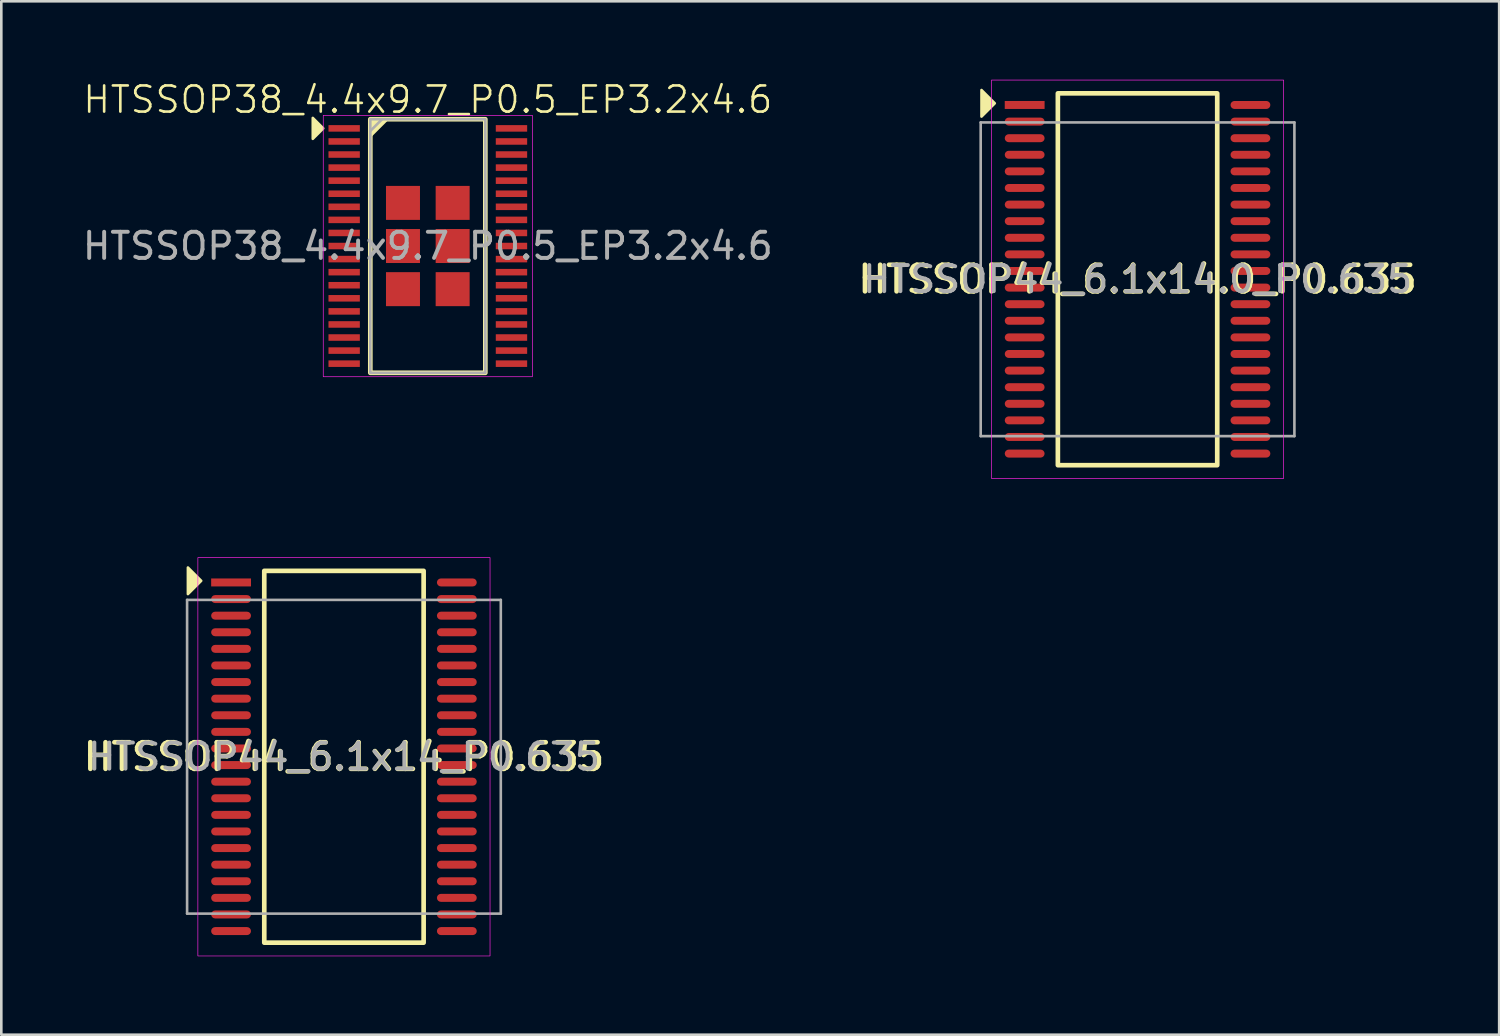
<source format=kicad_pcb>
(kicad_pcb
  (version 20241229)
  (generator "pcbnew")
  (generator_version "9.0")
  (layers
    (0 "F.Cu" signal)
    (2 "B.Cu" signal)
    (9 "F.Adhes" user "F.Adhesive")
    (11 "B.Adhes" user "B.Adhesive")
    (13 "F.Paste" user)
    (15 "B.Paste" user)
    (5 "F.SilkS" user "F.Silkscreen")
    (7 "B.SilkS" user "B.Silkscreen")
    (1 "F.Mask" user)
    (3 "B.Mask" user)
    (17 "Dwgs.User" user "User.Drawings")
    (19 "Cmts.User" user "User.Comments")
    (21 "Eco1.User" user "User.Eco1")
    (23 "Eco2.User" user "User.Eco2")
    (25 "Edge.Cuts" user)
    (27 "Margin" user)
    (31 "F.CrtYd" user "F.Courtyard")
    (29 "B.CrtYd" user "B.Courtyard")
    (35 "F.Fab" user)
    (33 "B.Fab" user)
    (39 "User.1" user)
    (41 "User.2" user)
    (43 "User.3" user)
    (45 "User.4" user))
  (footprint "HTSSOP44_6.1x14.0_P0.635"
    (layer "F.Cu")
    (at 40.464 7.633)
    (property "Reference" "HTSSOP44_6.1x14.0_P0.635" (at 0 0 0) (layer "F.SilkS") (effects (font (size 1.016 1.016) (thickness 0.178))))
    (attr smd)
    (fp_rect (start -3.048 -7.112) (end 3.048 7.112) (stroke (width 0.178) (type solid)) (fill no) (layer "F.SilkS"))
    (fp_poly (pts (xy -5.461 -6.731) (xy -5.969 -6.223) (xy -5.969 -7.239)) (stroke (width 0.1) (type solid)) (fill yes) (layer "F.SilkS"))
    (fp_rect (start -5.588 -7.62) (end 5.588 7.62) (stroke (width 0.025) (type solid)) (fill no) (layer "F.CrtYd"))
    (fp_line (start -6 -6) (end -6 6) (stroke (width 0.1) (type solid)) (layer "F.Fab"))
    (fp_line (start -6 6) (end 6 6) (stroke (width 0.1) (type solid)) (layer "F.Fab"))
    (fp_line (start 6 -6) (end -6 -6) (stroke (width 0.1) (type solid)) (layer "F.Fab"))
    (fp_line (start 6 6) (end 6 -6) (stroke (width 0.1) (type solid)) (layer "F.Fab"))
    (fp_text user "${REFERENCE}" (at 0 0 0) (layer "F.Fab") (effects (font (size 1 1) (thickness 0.15))))
    (pad "1" smd rect (at -4.318 -6.668) (size 1.524 0.305) (layers "F.Cu" "F.Mask" "F.Paste"))
    (pad "2" smd roundrect (at -4.318 -6.032) (size 1.524 0.305) (layers "F.Cu" "F.Mask" "F.Paste") (roundrect_rratio 0.5))
    (pad "3" smd roundrect (at -4.318 -5.397) (size 1.524 0.305) (layers "F.Cu" "F.Mask" "F.Paste") (roundrect_rratio 0.5))
    (pad "4" smd roundrect (at -4.318 -4.763) (size 1.524 0.305) (layers "F.Cu" "F.Mask" "F.Paste") (roundrect_rratio 0.5))
    (pad "5" smd roundrect (at -4.318 -4.128) (size 1.524 0.305) (layers "F.Cu" "F.Mask" "F.Paste") (roundrect_rratio 0.5))
    (pad "6" smd roundrect (at -4.318 -3.493) (size 1.524 0.305) (layers "F.Cu" "F.Mask" "F.Paste") (roundrect_rratio 0.5))
    (pad "7" smd roundrect (at -4.318 -2.857) (size 1.524 0.305) (layers "F.Cu" "F.Mask" "F.Paste") (roundrect_rratio 0.5))
    (pad "8" smd roundrect (at -4.318 -2.223) (size 1.524 0.305) (layers "F.Cu" "F.Mask" "F.Paste") (roundrect_rratio 0.5))
    (pad "9" smd roundrect (at -4.318 -1.587) (size 1.524 0.305) (layers "F.Cu" "F.Mask" "F.Paste") (roundrect_rratio 0.5))
    (pad "10" smd roundrect (at -4.318 -0.953) (size 1.524 0.305) (layers "F.Cu" "F.Mask" "F.Paste") (roundrect_rratio 0.5))
    (pad "11" smd roundrect (at -4.318 -0.318) (size 1.524 0.305) (layers "F.Cu" "F.Mask" "F.Paste") (roundrect_rratio 0.5))
    (pad "12" smd roundrect (at -4.318 0.318) (size 1.524 0.305) (layers "F.Cu" "F.Mask" "F.Paste") (roundrect_rratio 0.5))
    (pad "13" smd roundrect (at -4.318 0.953) (size 1.524 0.305) (layers "F.Cu" "F.Mask" "F.Paste") (roundrect_rratio 0.5))
    (pad "14" smd roundrect (at -4.318 1.587) (size 1.524 0.305) (layers "F.Cu" "F.Mask" "F.Paste") (roundrect_rratio 0.5))
    (pad "15" smd roundrect (at -4.318 2.223) (size 1.524 0.305) (layers "F.Cu" "F.Mask" "F.Paste") (roundrect_rratio 0.5))
    (pad "16" smd roundrect (at -4.318 2.857) (size 1.524 0.305) (layers "F.Cu" "F.Mask" "F.Paste") (roundrect_rratio 0.5))
    (pad "17" smd roundrect (at -4.318 3.493) (size 1.524 0.305) (layers "F.Cu" "F.Mask" "F.Paste") (roundrect_rratio 0.5))
    (pad "18" smd roundrect (at -4.318 4.128) (size 1.524 0.305) (layers "F.Cu" "F.Mask" "F.Paste") (roundrect_rratio 0.5))
    (pad "19" smd roundrect (at -4.318 4.763) (size 1.524 0.305) (layers "F.Cu" "F.Mask" "F.Paste") (roundrect_rratio 0.5))
    (pad "20" smd roundrect (at -4.318 5.397) (size 1.524 0.305) (layers "F.Cu" "F.Mask" "F.Paste") (roundrect_rratio 0.5))
    (pad "21" smd roundrect (at -4.318 6.032) (size 1.524 0.305) (layers "F.Cu" "F.Mask" "F.Paste") (roundrect_rratio 0.5))
    (pad "22" smd roundrect (at -4.318 6.668) (size 1.524 0.305) (layers "F.Cu" "F.Mask" "F.Paste") (roundrect_rratio 0.5))
    (pad "23" smd roundrect (at 4.318 6.668) (size 1.524 0.305) (layers "F.Cu" "F.Mask" "F.Paste") (roundrect_rratio 0.5))
    (pad "24" smd roundrect (at 4.318 6.032) (size 1.524 0.305) (layers "F.Cu" "F.Mask" "F.Paste") (roundrect_rratio 0.5))
    (pad "25" smd roundrect (at 4.318 5.397) (size 1.524 0.305) (layers "F.Cu" "F.Mask" "F.Paste") (roundrect_rratio 0.5))
    (pad "26" smd roundrect (at 4.318 4.763) (size 1.524 0.305) (layers "F.Cu" "F.Mask" "F.Paste") (roundrect_rratio 0.5))
    (pad "27" smd roundrect (at 4.318 4.128) (size 1.524 0.305) (layers "F.Cu" "F.Mask" "F.Paste") (roundrect_rratio 0.5))
    (pad "28" smd roundrect (at 4.318 3.493) (size 1.524 0.305) (layers "F.Cu" "F.Mask" "F.Paste") (roundrect_rratio 0.5))
    (pad "29" smd roundrect (at 4.318 2.857) (size 1.524 0.305) (layers "F.Cu" "F.Mask" "F.Paste") (roundrect_rratio 0.5))
    (pad "30" smd roundrect (at 4.318 2.223) (size 1.524 0.305) (layers "F.Cu" "F.Mask" "F.Paste") (roundrect_rratio 0.5))
    (pad "31" smd roundrect (at 4.318 1.587) (size 1.524 0.305) (layers "F.Cu" "F.Mask" "F.Paste") (roundrect_rratio 0.5))
    (pad "32" smd roundrect (at 4.318 0.953) (size 1.524 0.305) (layers "F.Cu" "F.Mask" "F.Paste") (roundrect_rratio 0.5))
    (pad "33" smd roundrect (at 4.318 0.318) (size 1.524 0.305) (layers "F.Cu" "F.Mask" "F.Paste") (roundrect_rratio 0.5))
    (pad "34" smd roundrect (at 4.318 -0.318) (size 1.524 0.305) (layers "F.Cu" "F.Mask" "F.Paste") (roundrect_rratio 0.5))
    (pad "35" smd roundrect (at 4.318 -0.953) (size 1.524 0.305) (layers "F.Cu" "F.Mask" "F.Paste") (roundrect_rratio 0.5))
    (pad "36" smd roundrect (at 4.318 -1.587) (size 1.524 0.305) (layers "F.Cu" "F.Mask" "F.Paste") (roundrect_rratio 0.5))
    (pad "37" smd roundrect (at 4.318 -2.223) (size 1.524 0.305) (layers "F.Cu" "F.Mask" "F.Paste") (roundrect_rratio 0.5))
    (pad "38" smd roundrect (at 4.318 -2.857) (size 1.524 0.305) (layers "F.Cu" "F.Mask" "F.Paste") (roundrect_rratio 0.5))
    (pad "39" smd roundrect (at 4.318 -3.493) (size 1.524 0.305) (layers "F.Cu" "F.Mask" "F.Paste") (roundrect_rratio 0.5))
    (pad "40" smd roundrect (at 4.318 -4.128) (size 1.524 0.305) (layers "F.Cu" "F.Mask" "F.Paste") (roundrect_rratio 0.5))
    (pad "41" smd roundrect (at 4.318 -4.763) (size 1.524 0.305) (layers "F.Cu" "F.Mask" "F.Paste") (roundrect_rratio 0.5))
    (pad "42" smd roundrect (at 4.318 -5.397) (size 1.524 0.305) (layers "F.Cu" "F.Mask" "F.Paste") (roundrect_rratio 0.5))
    (pad "43" smd roundrect (at 4.318 -6.032) (size 1.524 0.305) (layers "F.Cu" "F.Mask" "F.Paste") (roundrect_rratio 0.5))
    (pad "44" smd roundrect (at 4.318 -6.668) (size 1.524 0.305) (layers "F.Cu" "F.Mask" "F.Paste") (roundrect_rratio 0.5)))
  (footprint "HTSSOP44_6.1x14_P0.635"
    (layer "F.Cu")
    (at 10.107 25.898)
    (property "Reference" "HTSSOP44_6.1x14_P0.635" (at 0 0 0) (layer "F.SilkS") (effects (font (size 1.016 1.016) (thickness 0.178))))
    (attr smd)
    (fp_rect (start -3.048 -7.112) (end 3.048 7.112) (stroke (width 0.178) (type solid)) (fill no) (layer "F.SilkS"))
    (fp_poly (pts (xy -5.461 -6.731) (xy -5.969 -6.223) (xy -5.969 -7.239)) (stroke (width 0.1) (type solid)) (fill yes) (layer "F.SilkS"))
    (fp_rect (start -5.588 -7.62) (end 5.588 7.62) (stroke (width 0.025) (type solid)) (fill no) (layer "F.CrtYd"))
    (fp_line (start -6 -6) (end -6 6) (stroke (width 0.1) (type solid)) (layer "F.Fab"))
    (fp_line (start -6 6) (end 6 6) (stroke (width 0.1) (type solid)) (layer "F.Fab"))
    (fp_line (start 6 -6) (end -6 -6) (stroke (width 0.1) (type solid)) (layer "F.Fab"))
    (fp_line (start 6 6) (end 6 -6) (stroke (width 0.1) (type solid)) (layer "F.Fab"))
    (fp_text user "${REFERENCE}" (at 0 0 0) (layer "F.Fab") (effects (font (size 1 1) (thickness 0.15))))
    (pad "1" smd rect (at -4.318 -6.668) (size 1.524 0.305) (layers "F.Cu" "F.Mask" "F.Paste"))
    (pad "2" smd roundrect (at -4.318 -6.032) (size 1.524 0.305) (layers "F.Cu" "F.Mask" "F.Paste") (roundrect_rratio 0.5))
    (pad "3" smd roundrect (at -4.318 -5.397) (size 1.524 0.305) (layers "F.Cu" "F.Mask" "F.Paste") (roundrect_rratio 0.5))
    (pad "4" smd roundrect (at -4.318 -4.763) (size 1.524 0.305) (layers "F.Cu" "F.Mask" "F.Paste") (roundrect_rratio 0.5))
    (pad "5" smd roundrect (at -4.318 -4.128) (size 1.524 0.305) (layers "F.Cu" "F.Mask" "F.Paste") (roundrect_rratio 0.5))
    (pad "6" smd roundrect (at -4.318 -3.493) (size 1.524 0.305) (layers "F.Cu" "F.Mask" "F.Paste") (roundrect_rratio 0.5))
    (pad "7" smd roundrect (at -4.318 -2.857) (size 1.524 0.305) (layers "F.Cu" "F.Mask" "F.Paste") (roundrect_rratio 0.5))
    (pad "8" smd roundrect (at -4.318 -2.223) (size 1.524 0.305) (layers "F.Cu" "F.Mask" "F.Paste") (roundrect_rratio 0.5))
    (pad "9" smd roundrect (at -4.318 -1.587) (size 1.524 0.305) (layers "F.Cu" "F.Mask" "F.Paste") (roundrect_rratio 0.5))
    (pad "10" smd roundrect (at -4.318 -0.953) (size 1.524 0.305) (layers "F.Cu" "F.Mask" "F.Paste") (roundrect_rratio 0.5))
    (pad "11" smd roundrect (at -4.318 -0.318) (size 1.524 0.305) (layers "F.Cu" "F.Mask" "F.Paste") (roundrect_rratio 0.5))
    (pad "12" smd roundrect (at -4.318 0.318) (size 1.524 0.305) (layers "F.Cu" "F.Mask" "F.Paste") (roundrect_rratio 0.5))
    (pad "13" smd roundrect (at -4.318 0.953) (size 1.524 0.305) (layers "F.Cu" "F.Mask" "F.Paste") (roundrect_rratio 0.5))
    (pad "14" smd roundrect (at -4.318 1.587) (size 1.524 0.305) (layers "F.Cu" "F.Mask" "F.Paste") (roundrect_rratio 0.5))
    (pad "15" smd roundrect (at -4.318 2.223) (size 1.524 0.305) (layers "F.Cu" "F.Mask" "F.Paste") (roundrect_rratio 0.5))
    (pad "16" smd roundrect (at -4.318 2.857) (size 1.524 0.305) (layers "F.Cu" "F.Mask" "F.Paste") (roundrect_rratio 0.5))
    (pad "17" smd roundrect (at -4.318 3.493) (size 1.524 0.305) (layers "F.Cu" "F.Mask" "F.Paste") (roundrect_rratio 0.5))
    (pad "18" smd roundrect (at -4.318 4.128) (size 1.524 0.305) (layers "F.Cu" "F.Mask" "F.Paste") (roundrect_rratio 0.5))
    (pad "19" smd roundrect (at -4.318 4.763) (size 1.524 0.305) (layers "F.Cu" "F.Mask" "F.Paste") (roundrect_rratio 0.5))
    (pad "20" smd roundrect (at -4.318 5.397) (size 1.524 0.305) (layers "F.Cu" "F.Mask" "F.Paste") (roundrect_rratio 0.5))
    (pad "21" smd roundrect (at -4.318 6.032) (size 1.524 0.305) (layers "F.Cu" "F.Mask" "F.Paste") (roundrect_rratio 0.5))
    (pad "22" smd roundrect (at -4.318 6.668) (size 1.524 0.305) (layers "F.Cu" "F.Mask" "F.Paste") (roundrect_rratio 0.5))
    (pad "23" smd roundrect (at 4.318 6.668) (size 1.524 0.305) (layers "F.Cu" "F.Mask" "F.Paste") (roundrect_rratio 0.5))
    (pad "24" smd roundrect (at 4.318 6.032) (size 1.524 0.305) (layers "F.Cu" "F.Mask" "F.Paste") (roundrect_rratio 0.5))
    (pad "25" smd roundrect (at 4.318 5.397) (size 1.524 0.305) (layers "F.Cu" "F.Mask" "F.Paste") (roundrect_rratio 0.5))
    (pad "26" smd roundrect (at 4.318 4.763) (size 1.524 0.305) (layers "F.Cu" "F.Mask" "F.Paste") (roundrect_rratio 0.5))
    (pad "27" smd roundrect (at 4.318 4.128) (size 1.524 0.305) (layers "F.Cu" "F.Mask" "F.Paste") (roundrect_rratio 0.5))
    (pad "28" smd roundrect (at 4.318 3.493) (size 1.524 0.305) (layers "F.Cu" "F.Mask" "F.Paste") (roundrect_rratio 0.5))
    (pad "29" smd roundrect (at 4.318 2.857) (size 1.524 0.305) (layers "F.Cu" "F.Mask" "F.Paste") (roundrect_rratio 0.5))
    (pad "30" smd roundrect (at 4.318 2.223) (size 1.524 0.305) (layers "F.Cu" "F.Mask" "F.Paste") (roundrect_rratio 0.5))
    (pad "31" smd roundrect (at 4.318 1.587) (size 1.524 0.305) (layers "F.Cu" "F.Mask" "F.Paste") (roundrect_rratio 0.5))
    (pad "32" smd roundrect (at 4.318 0.953) (size 1.524 0.305) (layers "F.Cu" "F.Mask" "F.Paste") (roundrect_rratio 0.5))
    (pad "33" smd roundrect (at 4.318 0.318) (size 1.524 0.305) (layers "F.Cu" "F.Mask" "F.Paste") (roundrect_rratio 0.5))
    (pad "34" smd roundrect (at 4.318 -0.318) (size 1.524 0.305) (layers "F.Cu" "F.Mask" "F.Paste") (roundrect_rratio 0.5))
    (pad "35" smd roundrect (at 4.318 -0.953) (size 1.524 0.305) (layers "F.Cu" "F.Mask" "F.Paste") (roundrect_rratio 0.5))
    (pad "36" smd roundrect (at 4.318 -1.587) (size 1.524 0.305) (layers "F.Cu" "F.Mask" "F.Paste") (roundrect_rratio 0.5))
    (pad "37" smd roundrect (at 4.318 -2.223) (size 1.524 0.305) (layers "F.Cu" "F.Mask" "F.Paste") (roundrect_rratio 0.5))
    (pad "38" smd roundrect (at 4.318 -2.857) (size 1.524 0.305) (layers "F.Cu" "F.Mask" "F.Paste") (roundrect_rratio 0.5))
    (pad "39" smd roundrect (at 4.318 -3.493) (size 1.524 0.305) (layers "F.Cu" "F.Mask" "F.Paste") (roundrect_rratio 0.5))
    (pad "40" smd roundrect (at 4.318 -4.128) (size 1.524 0.305) (layers "F.Cu" "F.Mask" "F.Paste") (roundrect_rratio 0.5))
    (pad "41" smd roundrect (at 4.318 -4.763) (size 1.524 0.305) (layers "F.Cu" "F.Mask" "F.Paste") (roundrect_rratio 0.5))
    (pad "42" smd roundrect (at 4.318 -5.397) (size 1.524 0.305) (layers "F.Cu" "F.Mask" "F.Paste") (roundrect_rratio 0.5))
    (pad "43" smd roundrect (at 4.318 -6.032) (size 1.524 0.305) (layers "F.Cu" "F.Mask" "F.Paste") (roundrect_rratio 0.5))
    (pad "44" smd roundrect (at 4.318 -6.668) (size 1.524 0.305) (layers "F.Cu" "F.Mask" "F.Paste") (roundrect_rratio 0.5)))
  (footprint "HTSSOP38_4.4x9.7_P0.5_EP3.2x4.6"
    (layer "F.Cu")
    (at 13.315 6.361)
    (property "Reference" "HTSSOP38_4.4x9.7_P0.5_EP3.2x4.6" (at 0 -5.6 0) (unlocked yes) (layer "F.SilkS") (effects (font (size 1 1) (thickness 0.1))))
    (attr smd)
    (fp_rect (start -2.2 -4.85) (end 2.2 4.85) (stroke (width 0.178) (type default)) (fill no) (layer "F.SilkS"))
    (fp_poly (pts (xy -4 -4.5) (xy -4.4 -4.9) (xy -4.4 -4.1)) (stroke (width 0.1) (type solid)) (fill yes) (layer "F.SilkS"))
    (fp_poly (pts (xy -2.2 -4.85) (xy -2.2 -4.2) (xy -1.6 -4.8)) (stroke (width 0.1) (type solid)) (fill yes) (layer "F.SilkS"))
    (fp_rect (start -4 -5) (end 4 5) (stroke (width 0.025) (type default)) (fill no) (layer "F.CrtYd"))
    (fp_line (start -2.2 -4.4) (end -1.75 -4.85) (stroke (width 0.1) (type default)) (layer "F.Fab"))
    (fp_rect (start -2.2 -4.85) (end 2.2 4.85) (stroke (width 0.1) (type default)) (fill no) (layer "F.Fab"))
    (fp_text user "${REFERENCE}" (at 0 0 0) (unlocked yes) (layer "F.Fab") (effects (font (size 1 1) (thickness 0.15))))
    (pad "1" smd rect (at -3.2 -4.5) (size 1.2 0.25) (layers "F.Cu" "F.Mask" "F.Paste"))
    (pad "2" smd rect (at -3.2 -4) (size 1.2 0.25) (layers "F.Cu" "F.Mask" "F.Paste"))
    (pad "3" smd rect (at -3.2 -3.5) (size 1.2 0.25) (layers "F.Cu" "F.Mask" "F.Paste"))
    (pad "4" smd rect (at -3.2 -3) (size 1.2 0.25) (layers "F.Cu" "F.Mask" "F.Paste"))
    (pad "5" smd rect (at -3.2 -2.5) (size 1.2 0.25) (layers "F.Cu" "F.Mask" "F.Paste"))
    (pad "6" smd rect (at -3.2 -2) (size 1.2 0.25) (layers "F.Cu" "F.Mask" "F.Paste"))
    (pad "7" smd rect (at -3.2 -1.5) (size 1.2 0.25) (layers "F.Cu" "F.Mask" "F.Paste"))
    (pad "8" smd rect (at -3.2 -1) (size 1.2 0.25) (layers "F.Cu" "F.Mask" "F.Paste"))
    (pad "9" smd rect (at -3.2 -0.5) (size 1.2 0.25) (layers "F.Cu" "F.Mask" "F.Paste"))
    (pad "10" smd rect (at -3.2 0) (size 1.2 0.25) (layers "F.Cu" "F.Mask" "F.Paste"))
    (pad "11" smd rect (at -3.2 0.5) (size 1.2 0.25) (layers "F.Cu" "F.Mask" "F.Paste"))
    (pad "12" smd rect (at -3.2 1) (size 1.2 0.25) (layers "F.Cu" "F.Mask" "F.Paste"))
    (pad "13" smd rect (at -3.2 1.5) (size 1.2 0.25) (layers "F.Cu" "F.Mask" "F.Paste"))
    (pad "14" smd rect (at -3.2 2) (size 1.2 0.25) (layers "F.Cu" "F.Mask" "F.Paste"))
    (pad "15" smd rect (at -3.2 2.5) (size 1.2 0.25) (layers "F.Cu" "F.Mask" "F.Paste"))
    (pad "16" smd rect (at -3.2 3) (size 1.2 0.25) (layers "F.Cu" "F.Mask" "F.Paste"))
    (pad "17" smd rect (at -3.2 3.5) (size 1.2 0.25) (layers "F.Cu" "F.Mask" "F.Paste"))
    (pad "18" smd rect (at -3.2 4) (size 1.2 0.25) (layers "F.Cu" "F.Mask" "F.Paste"))
    (pad "19" smd rect (at -3.2 4.5) (size 1.2 0.25) (layers "F.Cu" "F.Mask" "F.Paste"))
    (pad "20" smd rect (at 3.2 4.5) (size 1.2 0.25) (layers "F.Cu" "F.Mask" "F.Paste"))
    (pad "21" smd rect (at 3.2 4) (size 1.2 0.25) (layers "F.Cu" "F.Mask" "F.Paste"))
    (pad "22" smd rect (at 3.2 3.5) (size 1.2 0.25) (layers "F.Cu" "F.Mask" "F.Paste"))
    (pad "23" smd rect (at 3.2 3) (size 1.2 0.25) (layers "F.Cu" "F.Mask" "F.Paste"))
    (pad "24" smd rect (at 3.2 2.5) (size 1.2 0.25) (layers "F.Cu" "F.Mask" "F.Paste"))
    (pad "25" smd rect (at 3.2 2) (size 1.2 0.25) (layers "F.Cu" "F.Mask" "F.Paste"))
    (pad "26" smd rect (at 3.2 1.5) (size 1.2 0.25) (layers "F.Cu" "F.Mask" "F.Paste"))
    (pad "27" smd rect (at 3.2 1) (size 1.2 0.25) (layers "F.Cu" "F.Mask" "F.Paste"))
    (pad "28" smd rect (at 3.2 0.5) (size 1.2 0.25) (layers "F.Cu" "F.Mask" "F.Paste"))
    (pad "29" smd rect (at 3.2 0) (size 1.2 0.25) (layers "F.Cu" "F.Mask" "F.Paste"))
    (pad "30" smd rect (at 3.2 -0.5) (size 1.2 0.25) (layers "F.Cu" "F.Mask" "F.Paste"))
    (pad "31" smd rect (at 3.2 -1) (size 1.2 0.25) (layers "F.Cu" "F.Mask" "F.Paste"))
    (pad "32" smd rect (at 3.2 -1.5) (size 1.2 0.25) (layers "F.Cu" "F.Mask" "F.Paste"))
    (pad "33" smd rect (at 3.2 -2) (size 1.2 0.25) (layers "F.Cu" "F.Mask" "F.Paste"))
    (pad "34" smd rect (at 3.2 -2.5) (size 1.2 0.25) (layers "F.Cu" "F.Mask" "F.Paste"))
    (pad "35" smd rect (at 3.2 -3) (size 1.2 0.25) (layers "F.Cu" "F.Mask" "F.Paste"))
    (pad "36" smd rect (at 3.2 -3.5) (size 1.2 0.25) (layers "F.Cu" "F.Mask" "F.Paste"))
    (pad "37" smd rect (at 3.2 -4) (size 1.2 0.25) (layers "F.Cu" "F.Mask" "F.Paste"))
    (pad "38" smd rect (at 3.2 -4.5) (size 1.2 0.25) (layers "F.Cu" "F.Mask" "F.Paste"))
    (pad "39" smd rect (at -0.95 -1.65) (size 1.3 1.3) (layers "F.Cu" "F.Mask" "F.Paste"))
    (pad "39" smd rect (at -0.95 0) (size 1.3 1.3) (layers "F.Cu" "F.Mask" "F.Paste"))
    (pad "39" smd rect (at -0.95 1.65) (size 1.3 1.3) (layers "F.Cu" "F.Mask" "F.Paste"))
    (pad "39" smd rect (at 0.95 -1.65) (size 1.3 1.3) (layers "F.Cu" "F.Mask" "F.Paste"))
    (pad "39" smd rect (at 0.95 0) (size 1.3 1.3) (layers "F.Cu" "F.Mask" "F.Paste"))
    (pad "39" smd rect (at 0.95 1.65) (size 1.3 1.3) (layers "F.Cu" "F.Mask" "F.Paste")))
  (gr_rect
    (start -3 -3)
    (end 54.297 36.531)
    (stroke (width 0.1) (type default))
    (fill no)
    (layer "Edge.Cuts")))
</source>
